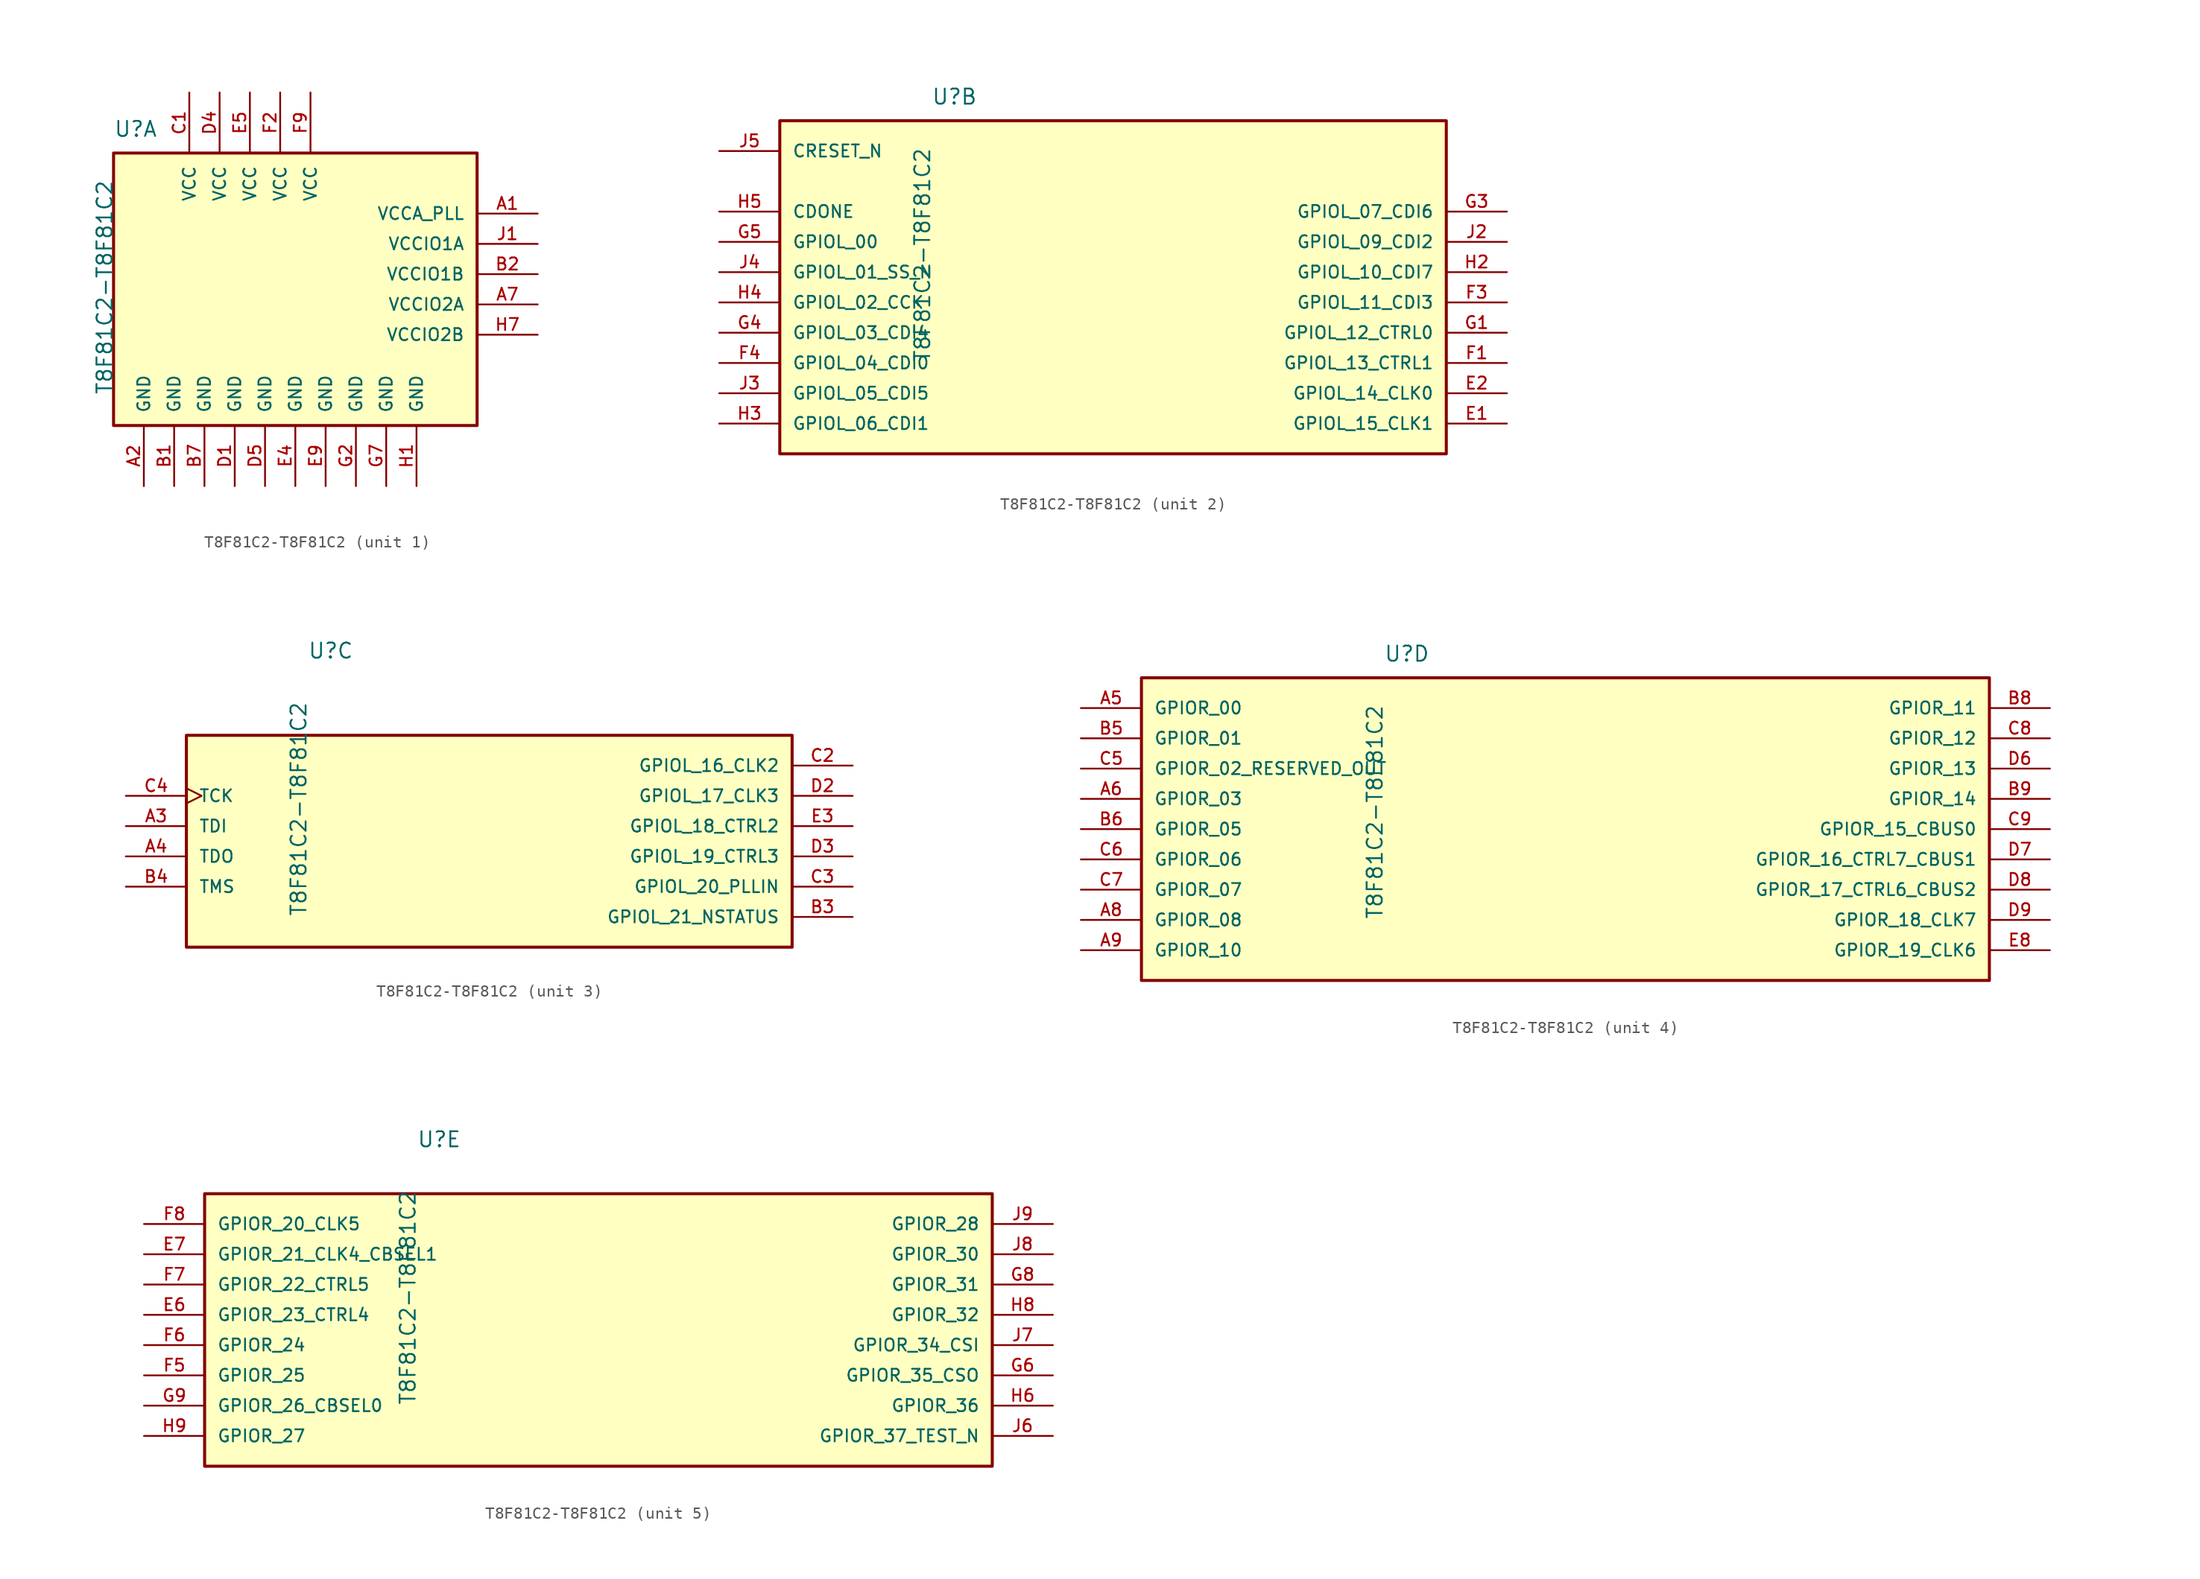
<source format=kicad_sym>
(kicad_symbol_lib
  (version 20220914)
  (generator kicad_symbol_editor)
  (symbol "T8F81C2-T8F81C2"
    (pin_names
      (offset 1.016))
    (property "Reference" "U"
      (at -15.24 13.97 0)
      (effects (font (size 1.27 1.27)) (justify left bottom)))
    (property "Value" "T8F81C2-T8F81C2"
      (at -15.24 -7.62 90)
      (effects (font (size 1.27 1.27)) (justify left bottom)))
    (property "ki_locked" ""
      (at 0 0 0)
      (effects (font (size 1.27 1.27))))
    (symbol "T8F81C2-T8F81C2_1_0"
      (rectangle (start -15.24 -10.16) (end 15.24 12.7) (stroke (width 0.254) (type solid)) (fill (type background)))
      (pin power_in line (at 20.32 7.62 180) (length 5.08) (name "VCCA_PLL" (effects (font (size 1.016 1.016)))) (number "A1" (effects (font (size 1.016 1.016)))))
      (pin power_in line (at -12.7 -15.24 90) (length 5.08) (name "GND" (effects (font (size 1.016 1.016)))) (number "A2" (effects (font (size 1.016 1.016)))))
      (pin power_in line (at 20.32 0 180) (length 5.08) (name "VCCIO2A" (effects (font (size 1.016 1.016)))) (number "A7" (effects (font (size 1.016 1.016)))))
      (pin power_in line (at -10.16 -15.24 90) (length 5.08) (name "GND" (effects (font (size 1.016 1.016)))) (number "B1" (effects (font (size 1.016 1.016)))))
      (pin power_in line (at 20.32 2.54 180) (length 5.08) (name "VCCIO1B" (effects (font (size 1.016 1.016)))) (number "B2" (effects (font (size 1.016 1.016)))))
      (pin power_in line (at -7.62 -15.24 90) (length 5.08) (name "GND" (effects (font (size 1.016 1.016)))) (number "B7" (effects (font (size 1.016 1.016)))))
      (pin power_in line (at -8.89 17.78 270) (length 5.08) (name "VCC" (effects (font (size 1.016 1.016)))) (number "C1" (effects (font (size 1.016 1.016)))))
      (pin power_in line (at -5.08 -15.24 90) (length 5.08) (name "GND" (effects (font (size 1.016 1.016)))) (number "D1" (effects (font (size 1.016 1.016)))))
      (pin power_in line (at -6.35 17.78 270) (length 5.08) (name "VCC" (effects (font (size 1.016 1.016)))) (number "D4" (effects (font (size 1.016 1.016)))))
      (pin power_in line (at -2.54 -15.24 90) (length 5.08) (name "GND" (effects (font (size 1.016 1.016)))) (number "D5" (effects (font (size 1.016 1.016)))))
      (pin power_in line (at 0 -15.24 90) (length 5.08) (name "GND" (effects (font (size 1.016 1.016)))) (number "E4" (effects (font (size 1.016 1.016)))))
      (pin power_in line (at -3.81 17.78 270) (length 5.08) (name "VCC" (effects (font (size 1.016 1.016)))) (number "E5" (effects (font (size 1.016 1.016)))))
      (pin power_in line (at 2.54 -15.24 90) (length 5.08) (name "GND" (effects (font (size 1.016 1.016)))) (number "E9" (effects (font (size 1.016 1.016)))))
      (pin power_in line (at -1.27 17.78 270) (length 5.08) (name "VCC" (effects (font (size 1.016 1.016)))) (number "F2" (effects (font (size 1.016 1.016)))))
      (pin power_in line (at 1.27 17.78 270) (length 5.08) (name "VCC" (effects (font (size 1.016 1.016)))) (number "F9" (effects (font (size 1.016 1.016)))))
      (pin power_in line (at 5.08 -15.24 90) (length 5.08) (name "GND" (effects (font (size 1.016 1.016)))) (number "G2" (effects (font (size 1.016 1.016)))))
      (pin power_in line (at 7.62 -15.24 90) (length 5.08) (name "GND" (effects (font (size 1.016 1.016)))) (number "G7" (effects (font (size 1.016 1.016)))))
      (pin power_in line (at 10.16 -15.24 90) (length 5.08) (name "GND" (effects (font (size 1.016 1.016)))) (number "H1" (effects (font (size 1.016 1.016)))))
      (pin power_in line (at 20.32 -2.54 180) (length 5.08) (name "VCCIO2B" (effects (font (size 1.016 1.016)))) (number "H7" (effects (font (size 1.016 1.016)))))
      (pin power_in line (at 20.32 5.08 180) (length 5.08) (name "VCCIO1A" (effects (font (size 1.016 1.016)))) (number "J1" (effects (font (size 1.016 1.016))))))
    (symbol "T8F81C2-T8F81C2_2_0"
      (rectangle (start -27.94 -15.24) (end 27.94 12.7) (stroke (width 0.254) (type solid)) (fill (type background)))
      (pin bidirectional line (at 33.02 -12.7 180) (length 5.08) (name "GPIOL_15_CLK1" (effects (font (size 1.016 1.016)))) (number "E1" (effects (font (size 1.016 1.016)))))
      (pin bidirectional line (at 33.02 -10.16 180) (length 5.08) (name "GPIOL_14_CLK0" (effects (font (size 1.016 1.016)))) (number "E2" (effects (font (size 1.016 1.016)))))
      (pin bidirectional line (at 33.02 -7.62 180) (length 5.08) (name "GPIOL_13_CTRL1" (effects (font (size 1.016 1.016)))) (number "F1" (effects (font (size 1.016 1.016)))))
      (pin bidirectional line (at 33.02 -2.54 180) (length 5.08) (name "GPIOL_11_CDI3" (effects (font (size 1.016 1.016)))) (number "F3" (effects (font (size 1.016 1.016)))))
      (pin bidirectional line (at -33.02 -7.62 0) (length 5.08) (name "GPIOL_04_CDI0" (effects (font (size 1.016 1.016)))) (number "F4" (effects (font (size 1.016 1.016)))))
      (pin bidirectional line (at 33.02 -5.08 180) (length 5.08) (name "GPIOL_12_CTRL0" (effects (font (size 1.016 1.016)))) (number "G1" (effects (font (size 1.016 1.016)))))
      (pin bidirectional line (at 33.02 5.08 180) (length 5.08) (name "GPIOL_07_CDI6" (effects (font (size 1.016 1.016)))) (number "G3" (effects (font (size 1.016 1.016)))))
      (pin bidirectional line (at -33.02 -5.08 0) (length 5.08) (name "GPIOL_03_CDI4" (effects (font (size 1.016 1.016)))) (number "G4" (effects (font (size 1.016 1.016)))))
      (pin bidirectional line (at -33.02 2.54 0) (length 5.08) (name "GPIOL_00" (effects (font (size 1.016 1.016)))) (number "G5" (effects (font (size 1.016 1.016)))))
      (pin bidirectional line (at 33.02 0 180) (length 5.08) (name "GPIOL_10_CDI7" (effects (font (size 1.016 1.016)))) (number "H2" (effects (font (size 1.016 1.016)))))
      (pin bidirectional line (at -33.02 -12.7 0) (length 5.08) (name "GPIOL_06_CDI1" (effects (font (size 1.016 1.016)))) (number "H3" (effects (font (size 1.016 1.016)))))
      (pin bidirectional line (at -33.02 -2.54 0) (length 5.08) (name "GPIOL_02_CCK" (effects (font (size 1.016 1.016)))) (number "H4" (effects (font (size 1.016 1.016)))))
      (pin bidirectional line (at -33.02 5.08 0) (length 5.08) (name "CDONE" (effects (font (size 1.016 1.016)))) (number "H5" (effects (font (size 1.016 1.016)))))
      (pin bidirectional line (at 33.02 2.54 180) (length 5.08) (name "GPIOL_09_CDI2" (effects (font (size 1.016 1.016)))) (number "J2" (effects (font (size 1.016 1.016)))))
      (pin bidirectional line (at -33.02 -10.16 0) (length 5.08) (name "GPIOL_05_CDI5" (effects (font (size 1.016 1.016)))) (number "J3" (effects (font (size 1.016 1.016)))))
      (pin bidirectional line (at -33.02 0 0) (length 5.08) (name "GPIOL_01_SS_N" (effects (font (size 1.016 1.016)))) (number "J4" (effects (font (size 1.016 1.016)))))
      (pin input line (at -33.02 10.16 0) (length 5.08) (name "CRESET_N" (effects (font (size 1.016 1.016)))) (number "J5" (effects (font (size 1.016 1.016))))))
    (symbol "T8F81C2-T8F81C2_3_0"
      (rectangle (start -25.4 -10.16) (end 25.4 7.62) (stroke (width 0.254) (type solid)) (fill (type background)))
      (pin input line (at -30.48 0 0) (length 5.08) (name "TDI" (effects (font (size 1.016 1.016)))) (number "A3" (effects (font (size 1.016 1.016)))))
      (pin output line (at -30.48 -2.54 0) (length 5.08) (name "TDO" (effects (font (size 1.016 1.016)))) (number "A4" (effects (font (size 1.016 1.016)))))
      (pin bidirectional line (at 30.48 -7.62 180) (length 5.08) (name "GPIOL_21_NSTATUS" (effects (font (size 1.016 1.016)))) (number "B3" (effects (font (size 1.016 1.016)))))
      (pin bidirectional line (at -30.48 -5.08 0) (length 5.08) (name "TMS" (effects (font (size 1.016 1.016)))) (number "B4" (effects (font (size 1.016 1.016)))))
      (pin bidirectional line (at 30.48 5.08 180) (length 5.08) (name "GPIOL_16_CLK2" (effects (font (size 1.016 1.016)))) (number "C2" (effects (font (size 1.016 1.016)))))
      (pin bidirectional line (at 30.48 -5.08 180) (length 5.08) (name "GPIOL_20_PLLIN" (effects (font (size 1.016 1.016)))) (number "C3" (effects (font (size 1.016 1.016)))))
      (pin input clock (at -30.48 2.54 0) (length 5.08) (name "TCK" (effects (font (size 1.016 1.016)))) (number "C4" (effects (font (size 1.016 1.016)))))
      (pin bidirectional line (at 30.48 2.54 180) (length 5.08) (name "GPIOL_17_CLK3" (effects (font (size 1.016 1.016)))) (number "D2" (effects (font (size 1.016 1.016)))))
      (pin bidirectional line (at 30.48 -2.54 180) (length 5.08) (name "GPIOL_19_CTRL3" (effects (font (size 1.016 1.016)))) (number "D3" (effects (font (size 1.016 1.016)))))
      (pin bidirectional line (at 30.48 0 180) (length 5.08) (name "GPIOL_18_CTRL2" (effects (font (size 1.016 1.016)))) (number "E3" (effects (font (size 1.016 1.016))))))
    (symbol "T8F81C2-T8F81C2_4_0"
      (rectangle (start -35.56 -12.7) (end 35.56 12.7) (stroke (width 0.254) (type solid)) (fill (type background)))
      (pin bidirectional line (at -40.64 10.16 0) (length 5.08) (name "GPIOR_00" (effects (font (size 1.016 1.016)))) (number "A5" (effects (font (size 1.016 1.016)))))
      (pin bidirectional line (at -40.64 2.54 0) (length 5.08) (name "GPIOR_03" (effects (font (size 1.016 1.016)))) (number "A6" (effects (font (size 1.016 1.016)))))
      (pin bidirectional line (at -40.64 -7.62 0) (length 5.08) (name "GPIOR_08" (effects (font (size 1.016 1.016)))) (number "A8" (effects (font (size 1.016 1.016)))))
      (pin bidirectional line (at -40.64 -10.16 0) (length 5.08) (name "GPIOR_10" (effects (font (size 1.016 1.016)))) (number "A9" (effects (font (size 1.016 1.016)))))
      (pin bidirectional line (at -40.64 7.62 0) (length 5.08) (name "GPIOR_01" (effects (font (size 1.016 1.016)))) (number "B5" (effects (font (size 1.016 1.016)))))
      (pin bidirectional line (at -40.64 0 0) (length 5.08) (name "GPIOR_05" (effects (font (size 1.016 1.016)))) (number "B6" (effects (font (size 1.016 1.016)))))
      (pin bidirectional line (at 40.64 10.16 180) (length 5.08) (name "GPIOR_11" (effects (font (size 1.016 1.016)))) (number "B8" (effects (font (size 1.016 1.016)))))
      (pin bidirectional line (at 40.64 2.54 180) (length 5.08) (name "GPIOR_14" (effects (font (size 1.016 1.016)))) (number "B9" (effects (font (size 1.016 1.016)))))
      (pin bidirectional line (at -40.64 5.08 0) (length 5.08) (name "GPIOR_02_RESERVED_OUT" (effects (font (size 1.016 1.016)))) (number "C5" (effects (font (size 1.016 1.016)))))
      (pin bidirectional line (at -40.64 -2.54 0) (length 5.08) (name "GPIOR_06" (effects (font (size 1.016 1.016)))) (number "C6" (effects (font (size 1.016 1.016)))))
      (pin bidirectional line (at -40.64 -5.08 0) (length 5.08) (name "GPIOR_07" (effects (font (size 1.016 1.016)))) (number "C7" (effects (font (size 1.016 1.016)))))
      (pin bidirectional line (at 40.64 7.62 180) (length 5.08) (name "GPIOR_12" (effects (font (size 1.016 1.016)))) (number "C8" (effects (font (size 1.016 1.016)))))
      (pin bidirectional line (at 40.64 0 180) (length 5.08) (name "GPIOR_15_CBUS0" (effects (font (size 1.016 1.016)))) (number "C9" (effects (font (size 1.016 1.016)))))
      (pin bidirectional line (at 40.64 5.08 180) (length 5.08) (name "GPIOR_13" (effects (font (size 1.016 1.016)))) (number "D6" (effects (font (size 1.016 1.016)))))
      (pin bidirectional line (at 40.64 -2.54 180) (length 5.08) (name "GPIOR_16_CTRL7_CBUS1" (effects (font (size 1.016 1.016)))) (number "D7" (effects (font (size 1.016 1.016)))))
      (pin bidirectional line (at 40.64 -5.08 180) (length 5.08) (name "GPIOR_17_CTRL6_CBUS2" (effects (font (size 1.016 1.016)))) (number "D8" (effects (font (size 1.016 1.016)))))
      (pin bidirectional line (at 40.64 -7.62 180) (length 5.08) (name "GPIOR_18_CLK7" (effects (font (size 1.016 1.016)))) (number "D9" (effects (font (size 1.016 1.016)))))
      (pin bidirectional line (at 40.64 -10.16 180) (length 5.08) (name "GPIOR_19_CLK6" (effects (font (size 1.016 1.016)))) (number "E8" (effects (font (size 1.016 1.016))))))
    (symbol "T8F81C2-T8F81C2_5_0"
      (rectangle (start -33.02 -12.7) (end 33.02 10.16) (stroke (width 0.254) (type solid)) (fill (type background)))
      (pin bidirectional line (at -38.1 0 0) (length 5.08) (name "GPIOR_23_CTRL4" (effects (font (size 1.016 1.016)))) (number "E6" (effects (font (size 1.016 1.016)))))
      (pin bidirectional line (at -38.1 5.08 0) (length 5.08) (name "GPIOR_21_CLK4_CBSEL1" (effects (font (size 1.016 1.016)))) (number "E7" (effects (font (size 1.016 1.016)))))
      (pin bidirectional line (at -38.1 -5.08 0) (length 5.08) (name "GPIOR_25" (effects (font (size 1.016 1.016)))) (number "F5" (effects (font (size 1.016 1.016)))))
      (pin bidirectional line (at -38.1 -2.54 0) (length 5.08) (name "GPIOR_24" (effects (font (size 1.016 1.016)))) (number "F6" (effects (font (size 1.016 1.016)))))
      (pin bidirectional line (at -38.1 2.54 0) (length 5.08) (name "GPIOR_22_CTRL5" (effects (font (size 1.016 1.016)))) (number "F7" (effects (font (size 1.016 1.016)))))
      (pin bidirectional line (at -38.1 7.62 0) (length 5.08) (name "GPIOR_20_CLK5" (effects (font (size 1.016 1.016)))) (number "F8" (effects (font (size 1.016 1.016)))))
      (pin bidirectional line (at 38.1 -5.08 180) (length 5.08) (name "GPIOR_35_CSO" (effects (font (size 1.016 1.016)))) (number "G6" (effects (font (size 1.016 1.016)))))
      (pin bidirectional line (at 38.1 2.54 180) (length 5.08) (name "GPIOR_31" (effects (font (size 1.016 1.016)))) (number "G8" (effects (font (size 1.016 1.016)))))
      (pin bidirectional line (at -38.1 -7.62 0) (length 5.08) (name "GPIOR_26_CBSEL0" (effects (font (size 1.016 1.016)))) (number "G9" (effects (font (size 1.016 1.016)))))
      (pin bidirectional line (at 38.1 -7.62 180) (length 5.08) (name "GPIOR_36" (effects (font (size 1.016 1.016)))) (number "H6" (effects (font (size 1.016 1.016)))))
      (pin bidirectional line (at 38.1 0 180) (length 5.08) (name "GPIOR_32" (effects (font (size 1.016 1.016)))) (number "H8" (effects (font (size 1.016 1.016)))))
      (pin bidirectional line (at -38.1 -10.16 0) (length 5.08) (name "GPIOR_27" (effects (font (size 1.016 1.016)))) (number "H9" (effects (font (size 1.016 1.016)))))
      (pin bidirectional line (at 38.1 -10.16 180) (length 5.08) (name "GPIOR_37_TEST_N" (effects (font (size 1.016 1.016)))) (number "J6" (effects (font (size 1.016 1.016)))))
      (pin bidirectional line (at 38.1 -2.54 180) (length 5.08) (name "GPIOR_34_CSI" (effects (font (size 1.016 1.016)))) (number "J7" (effects (font (size 1.016 1.016)))))
      (pin bidirectional line (at 38.1 5.08 180) (length 5.08) (name "GPIOR_30" (effects (font (size 1.016 1.016)))) (number "J8" (effects (font (size 1.016 1.016)))))
      (pin bidirectional line (at 38.1 7.62 180) (length 5.08) (name "GPIOR_28" (effects (font (size 1.016 1.016)))) (number "J9" (effects (font (size 1.016 1.016))))))))
</source>
